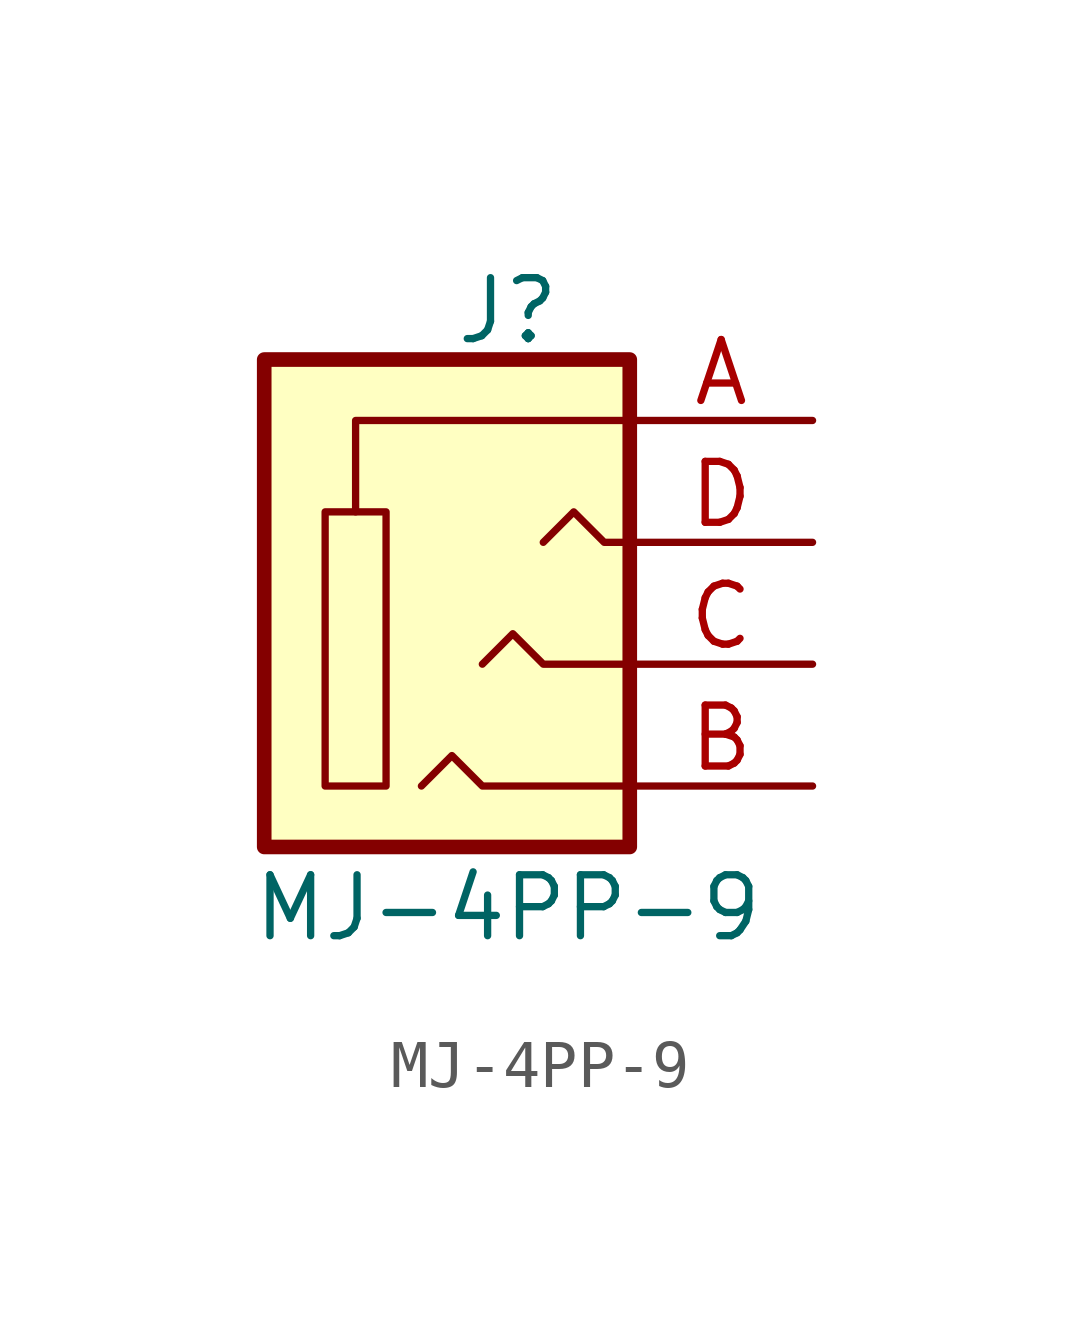
<source format=kicad_sym>
(kicad_symbol_lib
  (version 20241209)
  (generator "kicad_symbol_editor")
  (generator_version "9.0")
  (symbol "MJ-4PP-9"
    (pin_names
      (offset 1.016))
    (property "Reference" "J"
      (at 0 6.096 0)
      (effects (font (size 1.27 1.27))))
    (property "Value" "MJ-4PP-9"
      (at 0 -6.35 0)
      (effects (font (size 1.27 1.27))))
    (symbol "MJ-4PP-9_0_1"
      (rectangle (start -5.08 5.08) (end 2.54 -5.08) (stroke (width 0.305) (type solid)) (fill (type background)))
      (rectangle (start -3.81 1.905) (end -2.54 -3.81) (stroke (width 0) (type solid)) (fill (type none)))
      (polyline (pts (xy -3.175 1.905) (xy -3.175 3.81) (xy 2.54 3.81)) (stroke (width 0) (type solid)) (fill (type none)))
      (polyline (pts (xy -1.803 -3.81) (xy -1.168 -3.175) (xy -0.533 -3.81) (xy 2.642 -3.81)) (stroke (width 0) (type solid)) (fill (type none)))
      (polyline (pts (xy -0.533 -1.27) (xy 0.102 -0.635) (xy 0.737 -1.27) (xy 2.642 -1.27)) (stroke (width 0) (type solid)) (fill (type none)))
      (polyline (pts (xy 0.737 1.27) (xy 1.372 1.905) (xy 2.007 1.27) (xy 2.642 1.27)) (stroke (width 0) (type solid)) (fill (type none))))
    (symbol "MJ-4PP-9_1_1"
      (pin input line (at 6.35 3.81 180) (length 3.81) (name "~" (effects (font (size 1.27 1.27)))) (number "A" (effects (font (size 1.27 1.27)))))
      (pin input line (at 6.35 1.27 180) (length 3.81) (name "~" (effects (font (size 1.27 1.27)))) (number "D" (effects (font (size 1.27 1.27)))))
      (pin input line (at 6.35 -1.27 180) (length 3.81) (name "~" (effects (font (size 1.27 1.27)))) (number "C" (effects (font (size 1.27 1.27)))))
      (pin input line (at 6.35 -3.81 180) (length 3.81) (name "~" (effects (font (size 1.27 1.27)))) (number "B" (effects (font (size 1.27 1.27))))))))
</source>
